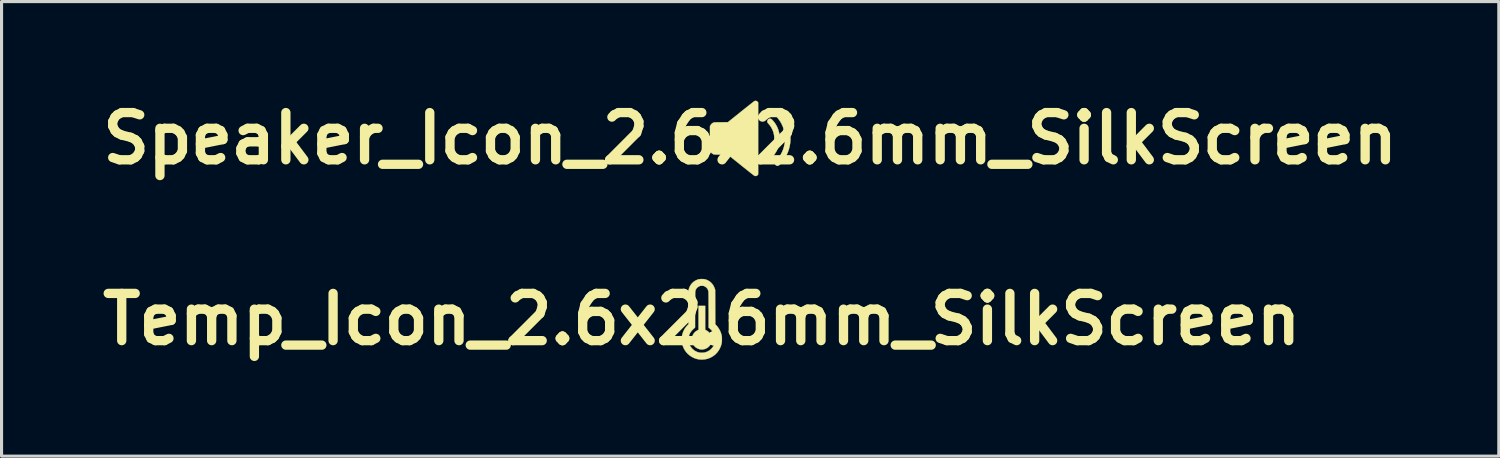
<source format=kicad_pcb>
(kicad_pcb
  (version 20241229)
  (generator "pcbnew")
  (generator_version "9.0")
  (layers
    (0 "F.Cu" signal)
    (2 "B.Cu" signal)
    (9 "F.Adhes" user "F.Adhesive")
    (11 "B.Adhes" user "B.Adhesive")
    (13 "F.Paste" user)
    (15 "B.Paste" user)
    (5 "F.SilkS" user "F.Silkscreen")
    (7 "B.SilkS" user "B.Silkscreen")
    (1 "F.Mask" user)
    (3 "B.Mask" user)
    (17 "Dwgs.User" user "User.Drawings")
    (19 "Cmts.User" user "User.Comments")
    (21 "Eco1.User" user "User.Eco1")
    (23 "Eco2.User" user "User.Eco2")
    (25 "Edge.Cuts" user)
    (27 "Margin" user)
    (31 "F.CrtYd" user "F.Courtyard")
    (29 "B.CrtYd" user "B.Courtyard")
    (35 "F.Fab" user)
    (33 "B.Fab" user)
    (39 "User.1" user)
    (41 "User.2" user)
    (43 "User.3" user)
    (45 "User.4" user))
  (footprint "Speaker_Icon_2.6x2.6mm_SilkScreen"
    (layer "F.Cu")
    (at 21.162 1.418)
    (property "Reference" "Speaker_Icon_2.6x2.6mm_SilkScreen" (at 0 0 0) (layer "F.SilkS") (effects (font (size 1.524 1.524) (thickness 0.3))))
    (attr through_hole)
    (fp_poly (pts (xy 0.661 -0.635) (xy 0.673 -0.631) (xy 0.686 -0.623) (xy 0.7 -0.61) (xy 0.719 -0.592) (xy 0.722 -0.589) (xy 0.778 -0.523) (xy 0.828 -0.45) (xy 0.87 -0.372) (xy 0.904 -0.289) (xy 0.93 -0.202) (xy 0.941 -0.154) (xy 0.948 -0.104) (xy 0.952 -0.048) (xy 0.953 0.011) (xy 0.951 0.069) (xy 0.945 0.123) (xy 0.941 0.154) (xy 0.918 0.246) (xy 0.887 0.335) (xy 0.846 0.419) (xy 0.796 0.498) (xy 0.738 0.572) (xy 0.73 0.581) (xy 0.714 0.599) (xy 0.698 0.614) (xy 0.686 0.624) (xy 0.681 0.627) (xy 0.661 0.635) (xy 0.638 0.638) (xy 0.618 0.636) (xy 0.614 0.635) (xy 0.587 0.622) (xy 0.567 0.602) (xy 0.555 0.576) (xy 0.552 0.552) (xy 0.553 0.534) (xy 0.557 0.52) (xy 0.564 0.506) (xy 0.576 0.49) (xy 0.595 0.47) (xy 0.642 0.413) (xy 0.684 0.349) (xy 0.72 0.28) (xy 0.747 0.207) (xy 0.766 0.133) (xy 0.769 0.117) (xy 0.774 0.078) (xy 0.776 0.034) (xy 0.777 -0.014) (xy 0.775 -0.061) (xy 0.771 -0.102) (xy 0.769 -0.117) (xy 0.752 -0.191) (xy 0.726 -0.264) (xy 0.692 -0.335) (xy 0.652 -0.4) (xy 0.605 -0.458) (xy 0.595 -0.47) (xy 0.576 -0.49) (xy 0.564 -0.506) (xy 0.556 -0.52) (xy 0.553 -0.535) (xy 0.552 -0.551) (xy 0.556 -0.579) (xy 0.568 -0.603) (xy 0.587 -0.622) (xy 0.611 -0.634) (xy 0.638 -0.638) (xy 0.661 -0.635)) (stroke (width 0.01) (type solid)) (fill yes) (layer "F.SilkS"))
    (fp_poly (pts (xy 0.9 -0.881) (xy 0.924 -0.869) (xy 0.949 -0.85) (xy 0.978 -0.822) (xy 0.982 -0.817) (xy 1.052 -0.734) (xy 1.113 -0.647) (xy 1.166 -0.555) (xy 1.21 -0.46) (xy 1.245 -0.362) (xy 1.272 -0.262) (xy 1.29 -0.161) (xy 1.299 -0.058) (xy 1.3 0.045) (xy 1.292 0.148) (xy 1.275 0.249) (xy 1.249 0.35) (xy 1.215 0.448) (xy 1.172 0.543) (xy 1.121 0.635) (xy 1.06 0.723) (xy 0.991 0.807) (xy 0.982 0.817) (xy 0.954 0.846) (xy 0.93 0.866) (xy 0.908 0.878) (xy 0.887 0.883) (xy 0.867 0.882) (xy 0.845 0.874) (xy 0.845 0.873) (xy 0.821 0.858) (xy 0.807 0.837) (xy 0.799 0.811) (xy 0.799 0.803) (xy 0.798 0.787) (xy 0.8 0.773) (xy 0.805 0.76) (xy 0.813 0.745) (xy 0.827 0.728) (xy 0.848 0.705) (xy 0.853 0.7) (xy 0.919 0.62) (xy 0.976 0.537) (xy 1.024 0.449) (xy 1.063 0.357) (xy 1.092 0.261) (xy 1.113 0.16) (xy 1.123 0.072) (xy 1.126 0.028) (xy 1.126 -0.011) (xy 1.125 -0.053) (xy 1.123 -0.072) (xy 1.11 -0.177) (xy 1.088 -0.278) (xy 1.057 -0.373) (xy 1.016 -0.465) (xy 0.967 -0.552) (xy 0.908 -0.634) (xy 0.855 -0.697) (xy 0.834 -0.721) (xy 0.818 -0.74) (xy 0.808 -0.755) (xy 0.801 -0.768) (xy 0.798 -0.78) (xy 0.798 -0.794) (xy 0.798 -0.794) (xy 0.802 -0.824) (xy 0.814 -0.849) (xy 0.834 -0.867) (xy 0.856 -0.879) (xy 0.878 -0.884) (xy 0.9 -0.881)) (stroke (width 0.01) (type solid)) (fill yes) (layer "F.SilkS"))
    (fp_poly (pts (xy 0.189 -1.212) (xy 0.214 -1.203) (xy 0.236 -1.187) (xy 0.244 -1.178) (xy 0.257 -1.161) (xy 0.257 1.161) (xy 0.244 1.178) (xy 0.225 1.197) (xy 0.201 1.209) (xy 0.174 1.213) (xy 0.148 1.21) (xy 0.137 1.205) (xy 0.131 1.201) (xy 0.117 1.19) (xy 0.096 1.175) (xy 0.07 1.154) (xy 0.037 1.128) (xy -0.001 1.099) (xy -0.043 1.065) (xy -0.09 1.028) (xy -0.14 0.988) (xy -0.193 0.946) (xy -0.248 0.902) (xy -0.301 0.86) (xy -0.72 0.524) (xy -0.941 0.522) (xy -0.994 0.522) (xy -1.038 0.521) (xy -1.073 0.521) (xy -1.102 0.52) (xy -1.125 0.52) (xy -1.142 0.519) (xy -1.156 0.518) (xy -1.166 0.516) (xy -1.174 0.514) (xy -1.182 0.512) (xy -1.189 0.509) (xy -1.191 0.508) (xy -1.221 0.492) (xy -1.249 0.469) (xy -1.273 0.44) (xy -1.285 0.419) (xy -1.298 0.394) (xy -1.298 -0.394) (xy -1.285 -0.419) (xy -1.266 -0.449) (xy -1.241 -0.476) (xy -1.212 -0.498) (xy -1.191 -0.508) (xy -1.184 -0.511) (xy -1.176 -0.514) (xy -1.168 -0.516) (xy -1.159 -0.517) (xy -1.146 -0.518) (xy -1.13 -0.519) (xy -1.109 -0.52) (xy -1.082 -0.521) (xy -1.049 -0.521) (xy -1.007 -0.522) (xy -0.957 -0.522) (xy -0.941 -0.522) (xy -0.72 -0.524) (xy -0.301 -0.86) (xy -0.243 -0.906) (xy -0.188 -0.95) (xy -0.135 -0.992) (xy -0.085 -1.032) (xy -0.039 -1.068) (xy 0.003 -1.101) (xy 0.04 -1.131) (xy 0.072 -1.156) (xy 0.099 -1.176) (xy 0.119 -1.192) (xy 0.132 -1.201) (xy 0.137 -1.205) (xy 0.162 -1.213) (xy 0.189 -1.212)) (stroke (width 0.01) (type solid)) (fill yes) (layer "F.SilkS")))
  (footprint "Temp_Icon_2.6x2.6mm_SilkScreen"
    (layer "F.Cu")
    (at 19.602 7.254)
    (property "Reference" "Temp_Icon_2.6x2.6mm_SilkScreen" (at 0 0 0) (layer "F.SilkS") (effects (font (size 1.524 1.524) (thickness 0.3))))
    (attr through_hole)
    (fp_poly (pts (xy 0.107 0.34) (xy 0.149 0.361) (xy 0.195 0.391) (xy 0.236 0.428) (xy 0.27 0.472) (xy 0.297 0.521) (xy 0.315 0.572) (xy 0.324 0.627) (xy 0.323 0.681) (xy 0.314 0.733) (xy 0.296 0.783) (xy 0.27 0.829) (xy 0.237 0.871) (xy 0.198 0.907) (xy 0.153 0.936) (xy 0.102 0.958) (xy 0.078 0.965) (xy 0.028 0.974) (xy -0.024 0.974) (xy -0.074 0.967) (xy -0.08 0.965) (xy -0.133 0.946) (xy -0.182 0.918) (xy -0.225 0.883) (xy -0.262 0.841) (xy -0.291 0.794) (xy -0.312 0.741) (xy -0.315 0.728) (xy -0.324 0.674) (xy -0.323 0.62) (xy -0.313 0.567) (xy -0.295 0.516) (xy -0.269 0.469) (xy -0.235 0.427) (xy -0.194 0.39) (xy -0.149 0.361) (xy -0.107 0.34) (xy -0.107 -0.432) (xy 0.107 -0.432) (xy 0.107 0.34)) (stroke (width 0.01) (type solid)) (fill yes) (layer "F.SilkS"))
    (fp_poly (pts (xy 0.045 -1.297) (xy 0.083 -1.293) (xy 0.117 -1.285) (xy 0.151 -1.274) (xy 0.187 -1.258) (xy 0.199 -1.252) (xy 0.256 -1.217) (xy 0.305 -1.175) (xy 0.347 -1.126) (xy 0.382 -1.07) (xy 0.41 -1.007) (xy 0.411 -1.004) (xy 0.429 -0.953) (xy 0.434 0.167) (xy 0.445 0.175) (xy 0.453 0.182) (xy 0.465 0.195) (xy 0.48 0.212) (xy 0.495 0.228) (xy 0.544 0.295) (xy 0.585 0.366) (xy 0.616 0.442) (xy 0.633 0.501) (xy 0.639 0.522) (xy 0.642 0.542) (xy 0.645 0.56) (xy 0.646 0.581) (xy 0.647 0.606) (xy 0.647 0.639) (xy 0.647 0.645) (xy 0.647 0.685) (xy 0.646 0.716) (xy 0.644 0.742) (xy 0.641 0.765) (xy 0.638 0.777) (xy 0.617 0.856) (xy 0.586 0.93) (xy 0.548 0.999) (xy 0.503 1.062) (xy 0.451 1.119) (xy 0.393 1.169) (xy 0.329 1.211) (xy 0.261 1.246) (xy 0.188 1.273) (xy 0.112 1.291) (xy 0.032 1.299) (xy -0.006 1.3) (xy -0.034 1.299) (xy -0.063 1.297) (xy -0.089 1.295) (xy -0.102 1.293) (xy -0.16 1.281) (xy -0.213 1.265) (xy -0.243 1.254) (xy -0.318 1.217) (xy -0.386 1.173) (xy -0.448 1.122) (xy -0.502 1.064) (xy -0.549 0.999) (xy -0.588 0.928) (xy -0.618 0.852) (xy -0.634 0.799) (xy -0.639 0.778) (xy -0.642 0.76) (xy -0.645 0.743) (xy -0.646 0.723) (xy -0.647 0.699) (xy -0.647 0.669) (xy -0.647 0.65) (xy -0.647 0.63) (xy -0.43 0.63) (xy -0.429 0.697) (xy -0.418 0.761) (xy -0.398 0.82) (xy -0.368 0.876) (xy -0.329 0.929) (xy -0.305 0.955) (xy -0.254 0.999) (xy -0.2 1.033) (xy -0.141 1.059) (xy -0.089 1.074) (xy -0.058 1.078) (xy -0.021 1.08) (xy 0.019 1.08) (xy 0.059 1.077) (xy 0.094 1.072) (xy 0.116 1.067) (xy 0.178 1.044) (xy 0.236 1.012) (xy 0.287 0.973) (xy 0.332 0.926) (xy 0.37 0.873) (xy 0.4 0.814) (xy 0.418 0.763) (xy 0.425 0.73) (xy 0.429 0.69) (xy 0.43 0.646) (xy 0.428 0.603) (xy 0.424 0.564) (xy 0.418 0.537) (xy 0.398 0.482) (xy 0.373 0.432) (xy 0.34 0.385) (xy 0.299 0.339) (xy 0.272 0.314) (xy 0.219 0.267) (xy 0.219 -0.295) (xy 0.219 -0.376) (xy 0.218 -0.453) (xy 0.218 -0.526) (xy 0.218 -0.594) (xy 0.217 -0.657) (xy 0.217 -0.714) (xy 0.216 -0.764) (xy 0.216 -0.807) (xy 0.215 -0.842) (xy 0.214 -0.869) (xy 0.214 -0.887) (xy 0.213 -0.893) (xy 0.202 -0.939) (xy 0.183 -0.98) (xy 0.155 -1.015) (xy 0.119 -1.045) (xy 0.088 -1.063) (xy 0.071 -1.071) (xy 0.058 -1.075) (xy 0.044 -1.078) (xy 0.026 -1.079) (xy 0.002 -1.079) (xy -0.000264 -1.079) (xy -0.025 -1.079) (xy -0.042 -1.078) (xy -0.056 -1.076) (xy -0.069 -1.071) (xy -0.086 -1.064) (xy -0.093 -1.06) (xy -0.133 -1.035) (xy -0.166 -1.003) (xy -0.191 -0.965) (xy -0.207 -0.923) (xy -0.213 -0.893) (xy -0.214 -0.883) (xy -0.215 -0.863) (xy -0.215 -0.834) (xy -0.216 -0.797) (xy -0.216 -0.753) (xy -0.217 -0.702) (xy -0.217 -0.644) (xy -0.218 -0.581) (xy -0.218 -0.512) (xy -0.218 -0.44) (xy -0.219 -0.363) (xy -0.219 -0.295) (xy -0.219 0.267) (xy -0.27 0.312) (xy -0.319 0.36) (xy -0.358 0.409) (xy -0.389 0.46) (xy -0.41 0.514) (xy -0.424 0.571) (xy -0.43 0.63) (xy -0.647 0.63) (xy -0.647 0.616) (xy -0.647 0.589) (xy -0.646 0.567) (xy -0.644 0.549) (xy -0.641 0.532) (xy -0.636 0.513) (xy -0.633 0.501) (xy -0.608 0.42) (xy -0.574 0.345) (xy -0.559 0.318) (xy -0.546 0.297) (xy -0.529 0.273) (xy -0.509 0.247) (xy -0.489 0.221) (xy -0.469 0.199) (xy -0.453 0.181) (xy -0.445 0.174) (xy -0.432 0.163) (xy -0.432 -0.382) (xy -0.432 -0.47) (xy -0.432 -0.549) (xy -0.432 -0.618) (xy -0.431 -0.679) (xy -0.431 -0.732) (xy -0.431 -0.778) (xy -0.431 -0.817) (xy -0.43 -0.85) (xy -0.43 -0.878) (xy -0.429 -0.9) (xy -0.428 -0.918) (xy -0.427 -0.933) (xy -0.426 -0.944) (xy -0.425 -0.953) (xy -0.424 -0.959) (xy -0.424 -0.96) (xy -0.404 -1.024) (xy -0.375 -1.083) (xy -0.339 -1.137) (xy -0.295 -1.184) (xy -0.244 -1.225) (xy -0.188 -1.258) (xy -0.126 -1.283) (xy -0.113 -1.286) (xy -0.095 -1.291) (xy -0.076 -1.294) (xy -0.056 -1.296) (xy -0.031 -1.297) (xy 0 -1.298) (xy 0.045 -1.297)) (stroke (width 0.01) (type solid)) (fill yes) (layer "F.SilkS")))
  (gr_rect
    (start -3 -3)
    (end 45.324 11.672)
    (stroke (width 0.1) (type default))
    (fill no)
    (layer "Edge.Cuts")))
</source>
